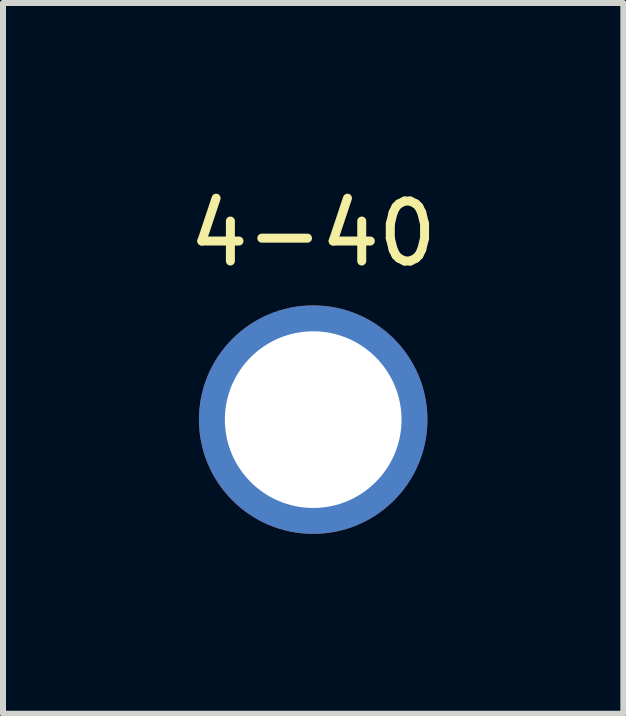
<source format=kicad_pcb>
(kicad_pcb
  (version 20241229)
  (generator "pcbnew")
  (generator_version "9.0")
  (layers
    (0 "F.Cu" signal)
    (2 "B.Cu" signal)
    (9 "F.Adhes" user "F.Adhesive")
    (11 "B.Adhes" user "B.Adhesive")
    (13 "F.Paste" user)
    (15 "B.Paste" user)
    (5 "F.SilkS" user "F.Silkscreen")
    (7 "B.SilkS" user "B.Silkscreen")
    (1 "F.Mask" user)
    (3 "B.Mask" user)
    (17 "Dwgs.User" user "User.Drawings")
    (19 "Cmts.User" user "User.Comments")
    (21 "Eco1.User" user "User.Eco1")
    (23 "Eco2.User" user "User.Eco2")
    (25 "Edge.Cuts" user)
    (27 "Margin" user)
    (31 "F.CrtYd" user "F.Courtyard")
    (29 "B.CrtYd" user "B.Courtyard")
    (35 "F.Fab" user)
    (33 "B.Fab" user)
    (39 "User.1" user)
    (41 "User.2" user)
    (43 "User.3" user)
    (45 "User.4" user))
  (footprint "4-40"
    (layer "F.Cu")
    (at 2.173 3.948)
    (property "Reference" "4-40" (at 0 -3.1 0) (layer "F.SilkS") (effects (font (size 1 1) (thickness 0.15))))
    (attr through_hole)
    (pad "" thru_hole circle (at 0 0) (size 3.81 3.81) (drill 2.946) (layers "*.Cu" "*.Mask")))
  (gr_rect
    (start -3 -3)
    (end 7.345 8.853)
    (stroke (width 0.1) (type default))
    (fill no)
    (layer "Edge.Cuts")))
</source>
